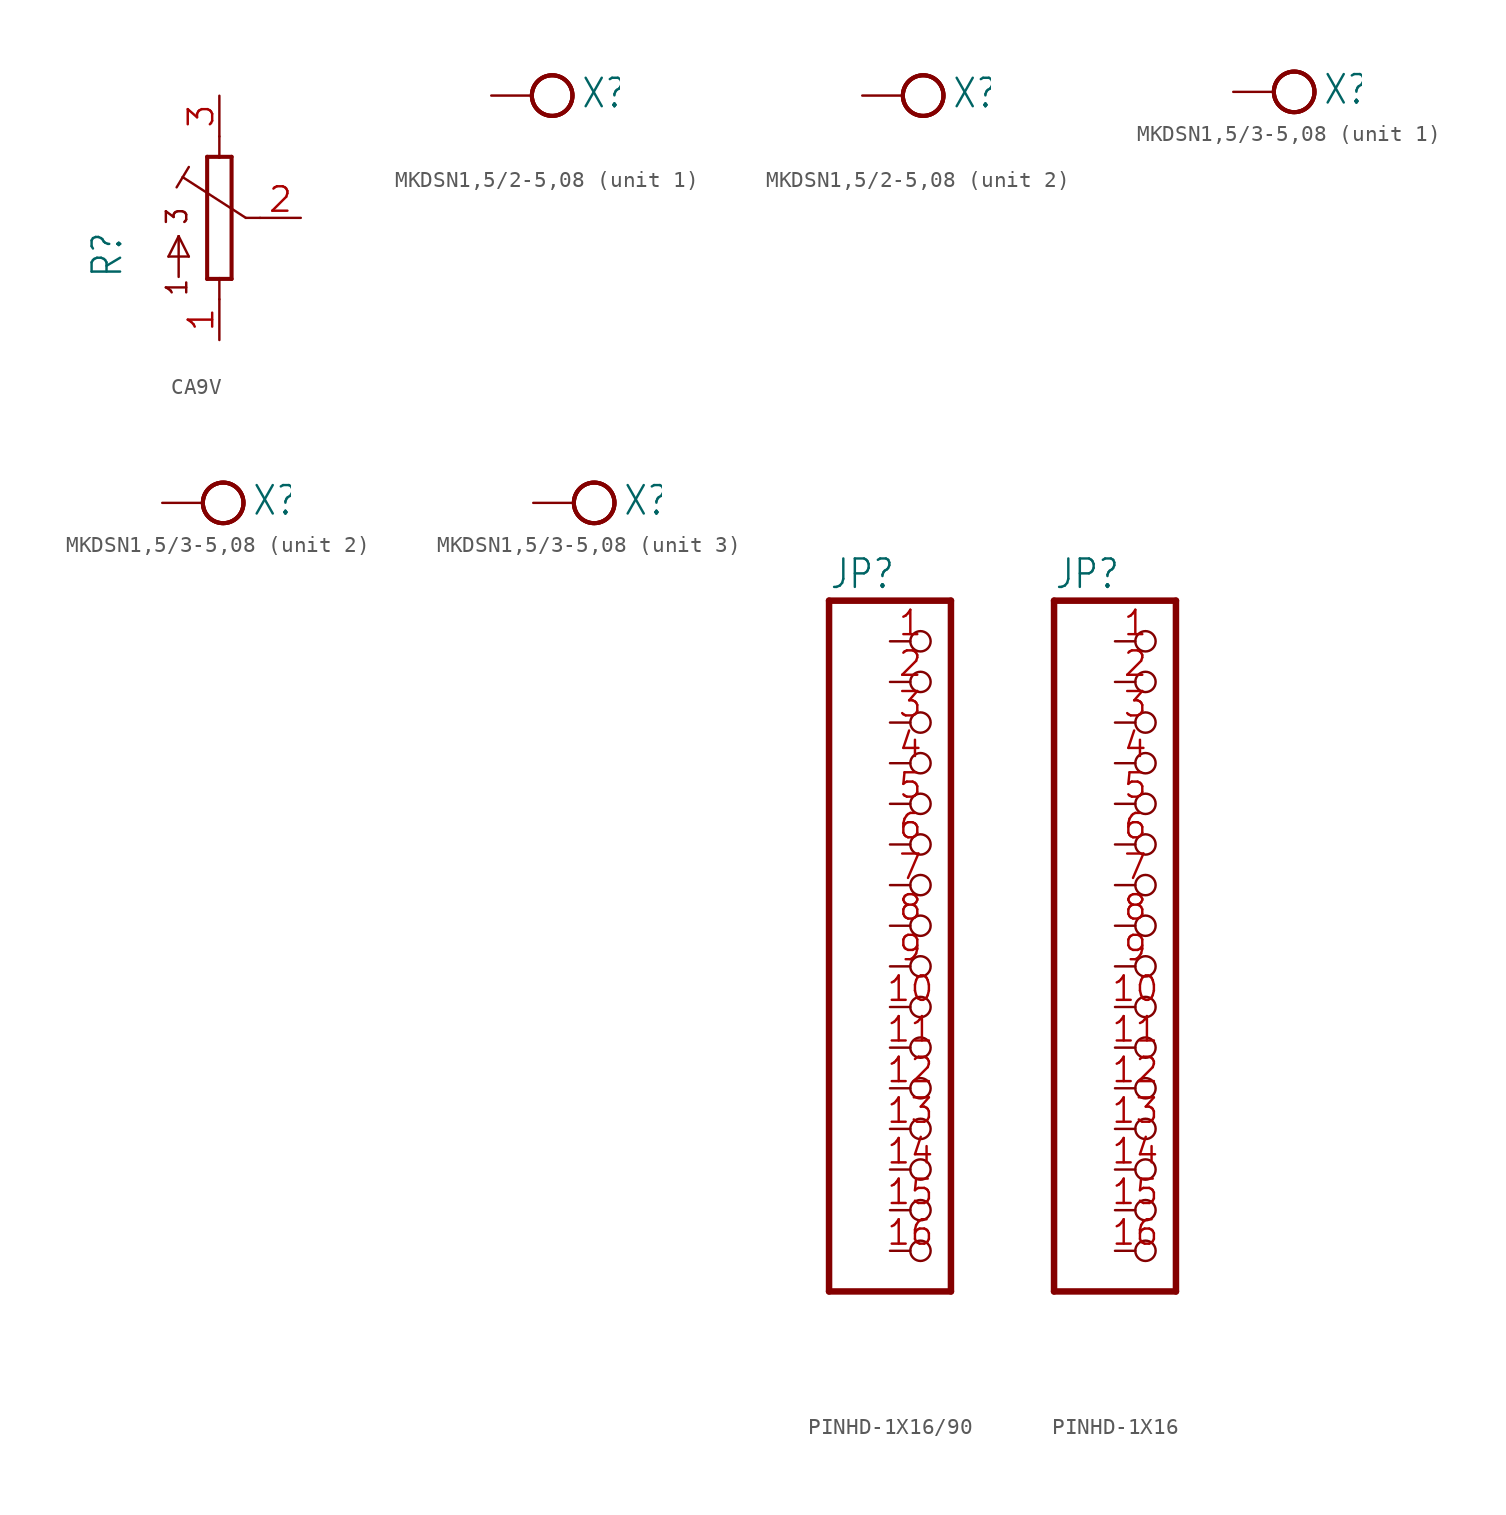
<source format=kicad_sym>
(kicad_symbol_lib
  (version 20241209)
  (generator "kicad_symbol_editor")
  (generator_version "9.0")
  (symbol "CA9V"
    (property "Reference" "R"
      (at -5.969 -3.81 90)
      (effects (font (size 1.778 1.511)) (justify left bottom)))
    (property "Value" ""
      (at -3.759 -3.81 90)
      (effects (font (size 1.778 1.511)) (justify left bottom)))
    (property "ki_locked" ""
      (at 0 0 0)
      (effects (font (size 1.27 1.27))))
    (symbol "CA9V_1_0"
      (polyline (pts (xy -3.175 -2.413) (xy -1.905 -2.413)) (stroke (width 0.152) (type solid)) (fill (type none)))
      (polyline (pts (xy -2.54 -1.143) (xy -3.175 -2.413)) (stroke (width 0.152) (type solid)) (fill (type none)))
      (polyline (pts (xy -2.54 -3.683) (xy -2.54 -1.143)) (stroke (width 0.152) (type solid)) (fill (type none)))
      (polyline (pts (xy -2.286 2.54) (xy -2.667 1.905)) (stroke (width 0.152) (type solid)) (fill (type none)))
      (polyline (pts (xy -2.286 2.54) (xy -1.905 3.175)) (stroke (width 0.152) (type solid)) (fill (type none)))
      (polyline (pts (xy -1.905 -2.413) (xy -2.54 -1.143)) (stroke (width 0.152) (type solid)) (fill (type none)))
      (polyline (pts (xy -0.762 3.81) (xy -0.762 -3.81)) (stroke (width 0.254) (type solid)) (fill (type none)))
      (polyline (pts (xy -0.762 -3.81) (xy 0 -3.81)) (stroke (width 0.254) (type solid)) (fill (type none)))
      (polyline (pts (xy 0 3.81) (xy -0.762 3.81)) (stroke (width 0.254) (type solid)) (fill (type none)))
      (polyline (pts (xy 0 3.81) (xy 0 5.08)) (stroke (width 0.152) (type solid)) (fill (type none)))
      (polyline (pts (xy 0 -3.81) (xy 0.762 -3.81)) (stroke (width 0.254) (type solid)) (fill (type none)))
      (polyline (pts (xy 0 -5.08) (xy 0 -3.81)) (stroke (width 0.152) (type solid)) (fill (type none)))
      (polyline (pts (xy 0.762 3.81) (xy 0 3.81)) (stroke (width 0.254) (type solid)) (fill (type none)))
      (polyline (pts (xy 0.762 -3.81) (xy 0.762 3.81)) (stroke (width 0.254) (type solid)) (fill (type none)))
      (polyline (pts (xy 1.651 0) (xy -2.286 2.54)) (stroke (width 0.152) (type solid)) (fill (type none)))
      (polyline (pts (xy 2.54 0) (xy 1.651 0)) (stroke (width 0.152) (type solid)) (fill (type none)))
      (text "3" (at -1.905 -0.508 900) (effects (font (size 1.27 1.079)) (justify left bottom)))
      (text "1" (at -1.905 -4.953 900) (effects (font (size 1.27 1.079)) (justify left bottom)))
      (pin passive line (at 0 7.62 270) (length 2.54) (name "3" (effects (font (size 0 0)))) (number "3" (effects (font (size 1.524 1.524)))))
      (pin passive line (at 0 -7.62 90) (length 2.54) (name "1" (effects (font (size 0 0)))) (number "1" (effects (font (size 1.524 1.524)))))
      (pin passive line (at 5.08 0 180) (length 2.54) (name "2" (effects (font (size 0 0)))) (number "2" (effects (font (size 1.524 1.524)))))))
  (symbol "MKDSN1,5/2-5,08"
    (property "Reference" "X"
      (at 3.048 -0.889 0)
      (effects (font (size 1.778 1.511)) (justify left bottom)))
    (property "Value" ""
      (at -2.54 -3.683 0)
      (effects (font (size 1.778 1.511)) (justify left bottom)))
    (property "ki_locked" ""
      (at 0 0 0)
      (effects (font (size 1.27 1.27))))
    (symbol "MKDSN1,5/2-5,08_1_0"
      (circle (center 1.27 0) (radius 1.27) (stroke (width 0.254) (type solid)) (fill (type none)))
      (circle (center 1.27 0) (radius 1.27) (stroke (width 0.254) (type solid)) (fill (type none)))
      (circle (center 1.27 0) (radius 1.27) (stroke (width 0.254) (type solid)) (fill (type none)))
      (pin passive line (at -2.54 0 0) (length 2.54) (name "KL" (effects (font (size 0 0)))) (number "1" (effects (font (size 0 0))))))
    (symbol "MKDSN1,5/2-5,08_2_0"
      (circle (center 1.27 0) (radius 1.27) (stroke (width 0.254) (type solid)) (fill (type none)))
      (circle (center 1.27 0) (radius 1.27) (stroke (width 0.254) (type solid)) (fill (type none)))
      (circle (center 1.27 0) (radius 1.27) (stroke (width 0.254) (type solid)) (fill (type none)))
      (pin passive line (at -2.54 0 0) (length 2.54) (name "KL" (effects (font (size 0 0)))) (number "2" (effects (font (size 0 0)))))))
  (symbol "MKDSN1,5/3-5,08"
    (property "Reference" "X"
      (at 3.048 -0.889 0)
      (effects (font (size 1.778 1.511)) (justify left bottom)))
    (property "ki_locked" ""
      (at 0 0 0)
      (effects (font (size 1.27 1.27))))
    (symbol "MKDSN1,5/3-5,08_1_0"
      (circle (center 1.27 0) (radius 1.27) (stroke (width 0.254) (type solid)) (fill (type none)))
      (circle (center 1.27 0) (radius 1.27) (stroke (width 0.254) (type solid)) (fill (type none)))
      (circle (center 1.27 0) (radius 1.27) (stroke (width 0.254) (type solid)) (fill (type none)))
      (pin passive line (at -2.54 0 0) (length 2.54) (name "KL" (effects (font (size 0 0)))) (number "1" (effects (font (size 0 0))))))
    (symbol "MKDSN1,5/3-5,08_2_0"
      (circle (center 1.27 0) (radius 1.27) (stroke (width 0.254) (type solid)) (fill (type none)))
      (circle (center 1.27 0) (radius 1.27) (stroke (width 0.254) (type solid)) (fill (type none)))
      (circle (center 1.27 0) (radius 1.27) (stroke (width 0.254) (type solid)) (fill (type none)))
      (pin passive line (at -2.54 0 0) (length 2.54) (name "KL" (effects (font (size 0 0)))) (number "2" (effects (font (size 0 0))))))
    (symbol "MKDSN1,5/3-5,08_3_0"
      (circle (center 1.27 0) (radius 1.27) (stroke (width 0.254) (type solid)) (fill (type none)))
      (circle (center 1.27 0) (radius 1.27) (stroke (width 0.254) (type solid)) (fill (type none)))
      (circle (center 1.27 0) (radius 1.27) (stroke (width 0.254) (type solid)) (fill (type none)))
      (pin passive line (at -2.54 0 0) (length 2.54) (name "KL" (effects (font (size 0 0)))) (number "3" (effects (font (size 0 0)))))))
  (symbol "PINHD-1X16/90"
    (property "Reference" "JP"
      (at -6.35 20.955 0)
      (effects (font (size 1.778 1.511)) (justify left bottom)))
    (property "Value" ""
      (at -6.35 -25.4 0)
      (effects (font (size 1.778 1.511)) (justify left bottom)))
    (property "ki_locked" ""
      (at 0 0 0)
      (effects (font (size 1.27 1.27))))
    (symbol "PINHD-1X16/90_1_0"
      (polyline (pts (xy -6.35 20.32) (xy -6.35 -22.86)) (stroke (width 0.406) (type solid)) (fill (type none)))
      (polyline (pts (xy -6.35 -22.86) (xy 1.27 -22.86)) (stroke (width 0.406) (type solid)) (fill (type none)))
      (polyline (pts (xy 1.27 20.32) (xy -6.35 20.32)) (stroke (width 0.406) (type solid)) (fill (type none)))
      (polyline (pts (xy 1.27 -22.86) (xy 1.27 20.32)) (stroke (width 0.406) (type solid)) (fill (type none)))
      (pin passive inverted (at -2.54 17.78 0) (length 2.54) (name "1" (effects (font (size 0 0)))) (number "1" (effects (font (size 1.524 1.524)))))
      (pin passive inverted (at -2.54 15.24 0) (length 2.54) (name "2" (effects (font (size 0 0)))) (number "2" (effects (font (size 1.524 1.524)))))
      (pin passive inverted (at -2.54 12.7 0) (length 2.54) (name "3" (effects (font (size 0 0)))) (number "3" (effects (font (size 1.524 1.524)))))
      (pin passive inverted (at -2.54 10.16 0) (length 2.54) (name "4" (effects (font (size 0 0)))) (number "4" (effects (font (size 1.524 1.524)))))
      (pin passive inverted (at -2.54 7.62 0) (length 2.54) (name "5" (effects (font (size 0 0)))) (number "5" (effects (font (size 1.524 1.524)))))
      (pin passive inverted (at -2.54 5.08 0) (length 2.54) (name "6" (effects (font (size 0 0)))) (number "6" (effects (font (size 1.524 1.524)))))
      (pin passive inverted (at -2.54 2.54 0) (length 2.54) (name "7" (effects (font (size 0 0)))) (number "7" (effects (font (size 1.524 1.524)))))
      (pin passive inverted (at -2.54 0 0) (length 2.54) (name "8" (effects (font (size 0 0)))) (number "8" (effects (font (size 1.524 1.524)))))
      (pin passive inverted (at -2.54 -2.54 0) (length 2.54) (name "9" (effects (font (size 0 0)))) (number "9" (effects (font (size 1.524 1.524)))))
      (pin passive inverted (at -2.54 -5.08 0) (length 2.54) (name "10" (effects (font (size 0 0)))) (number "10" (effects (font (size 1.524 1.524)))))
      (pin passive inverted (at -2.54 -7.62 0) (length 2.54) (name "11" (effects (font (size 0 0)))) (number "11" (effects (font (size 1.524 1.524)))))
      (pin passive inverted (at -2.54 -10.16 0) (length 2.54) (name "12" (effects (font (size 0 0)))) (number "12" (effects (font (size 1.524 1.524)))))
      (pin passive inverted (at -2.54 -12.7 0) (length 2.54) (name "13" (effects (font (size 0 0)))) (number "13" (effects (font (size 1.524 1.524)))))
      (pin passive inverted (at -2.54 -15.24 0) (length 2.54) (name "14" (effects (font (size 0 0)))) (number "14" (effects (font (size 1.524 1.524)))))
      (pin passive inverted (at -2.54 -17.78 0) (length 2.54) (name "15" (effects (font (size 0 0)))) (number "15" (effects (font (size 1.524 1.524)))))
      (pin passive inverted (at -2.54 -20.32 0) (length 2.54) (name "16" (effects (font (size 0 0)))) (number "16" (effects (font (size 1.524 1.524)))))))
  (symbol "PINHD-1X16"
    (property "Reference" "JP"
      (at -6.35 20.955 0)
      (effects (font (size 1.778 1.511)) (justify left bottom)))
    (property "Value" ""
      (at -6.35 -25.4 0)
      (effects (font (size 1.778 1.511)) (justify left bottom)))
    (property "ki_locked" ""
      (at 0 0 0)
      (effects (font (size 1.27 1.27))))
    (symbol "PINHD-1X16_1_0"
      (polyline (pts (xy -6.35 20.32) (xy -6.35 -22.86)) (stroke (width 0.406) (type solid)) (fill (type none)))
      (polyline (pts (xy -6.35 -22.86) (xy 1.27 -22.86)) (stroke (width 0.406) (type solid)) (fill (type none)))
      (polyline (pts (xy 1.27 20.32) (xy -6.35 20.32)) (stroke (width 0.406) (type solid)) (fill (type none)))
      (polyline (pts (xy 1.27 -22.86) (xy 1.27 20.32)) (stroke (width 0.406) (type solid)) (fill (type none)))
      (pin passive inverted (at -2.54 17.78 0) (length 2.54) (name "1" (effects (font (size 0 0)))) (number "1" (effects (font (size 1.524 1.524)))))
      (pin passive inverted (at -2.54 15.24 0) (length 2.54) (name "2" (effects (font (size 0 0)))) (number "2" (effects (font (size 1.524 1.524)))))
      (pin passive inverted (at -2.54 12.7 0) (length 2.54) (name "3" (effects (font (size 0 0)))) (number "3" (effects (font (size 1.524 1.524)))))
      (pin passive inverted (at -2.54 10.16 0) (length 2.54) (name "4" (effects (font (size 0 0)))) (number "4" (effects (font (size 1.524 1.524)))))
      (pin passive inverted (at -2.54 7.62 0) (length 2.54) (name "5" (effects (font (size 0 0)))) (number "5" (effects (font (size 1.524 1.524)))))
      (pin passive inverted (at -2.54 5.08 0) (length 2.54) (name "6" (effects (font (size 0 0)))) (number "6" (effects (font (size 1.524 1.524)))))
      (pin passive inverted (at -2.54 2.54 0) (length 2.54) (name "7" (effects (font (size 0 0)))) (number "7" (effects (font (size 1.524 1.524)))))
      (pin passive inverted (at -2.54 0 0) (length 2.54) (name "8" (effects (font (size 0 0)))) (number "8" (effects (font (size 1.524 1.524)))))
      (pin passive inverted (at -2.54 -2.54 0) (length 2.54) (name "9" (effects (font (size 0 0)))) (number "9" (effects (font (size 1.524 1.524)))))
      (pin passive inverted (at -2.54 -5.08 0) (length 2.54) (name "10" (effects (font (size 0 0)))) (number "10" (effects (font (size 1.524 1.524)))))
      (pin passive inverted (at -2.54 -7.62 0) (length 2.54) (name "11" (effects (font (size 0 0)))) (number "11" (effects (font (size 1.524 1.524)))))
      (pin passive inverted (at -2.54 -10.16 0) (length 2.54) (name "12" (effects (font (size 0 0)))) (number "12" (effects (font (size 1.524 1.524)))))
      (pin passive inverted (at -2.54 -12.7 0) (length 2.54) (name "13" (effects (font (size 0 0)))) (number "13" (effects (font (size 1.524 1.524)))))
      (pin passive inverted (at -2.54 -15.24 0) (length 2.54) (name "14" (effects (font (size 0 0)))) (number "14" (effects (font (size 1.524 1.524)))))
      (pin passive inverted (at -2.54 -17.78 0) (length 2.54) (name "15" (effects (font (size 0 0)))) (number "15" (effects (font (size 1.524 1.524)))))
      (pin passive inverted (at -2.54 -20.32 0) (length 2.54) (name "16" (effects (font (size 0 0)))) (number "16" (effects (font (size 1.524 1.524))))))))
</source>
